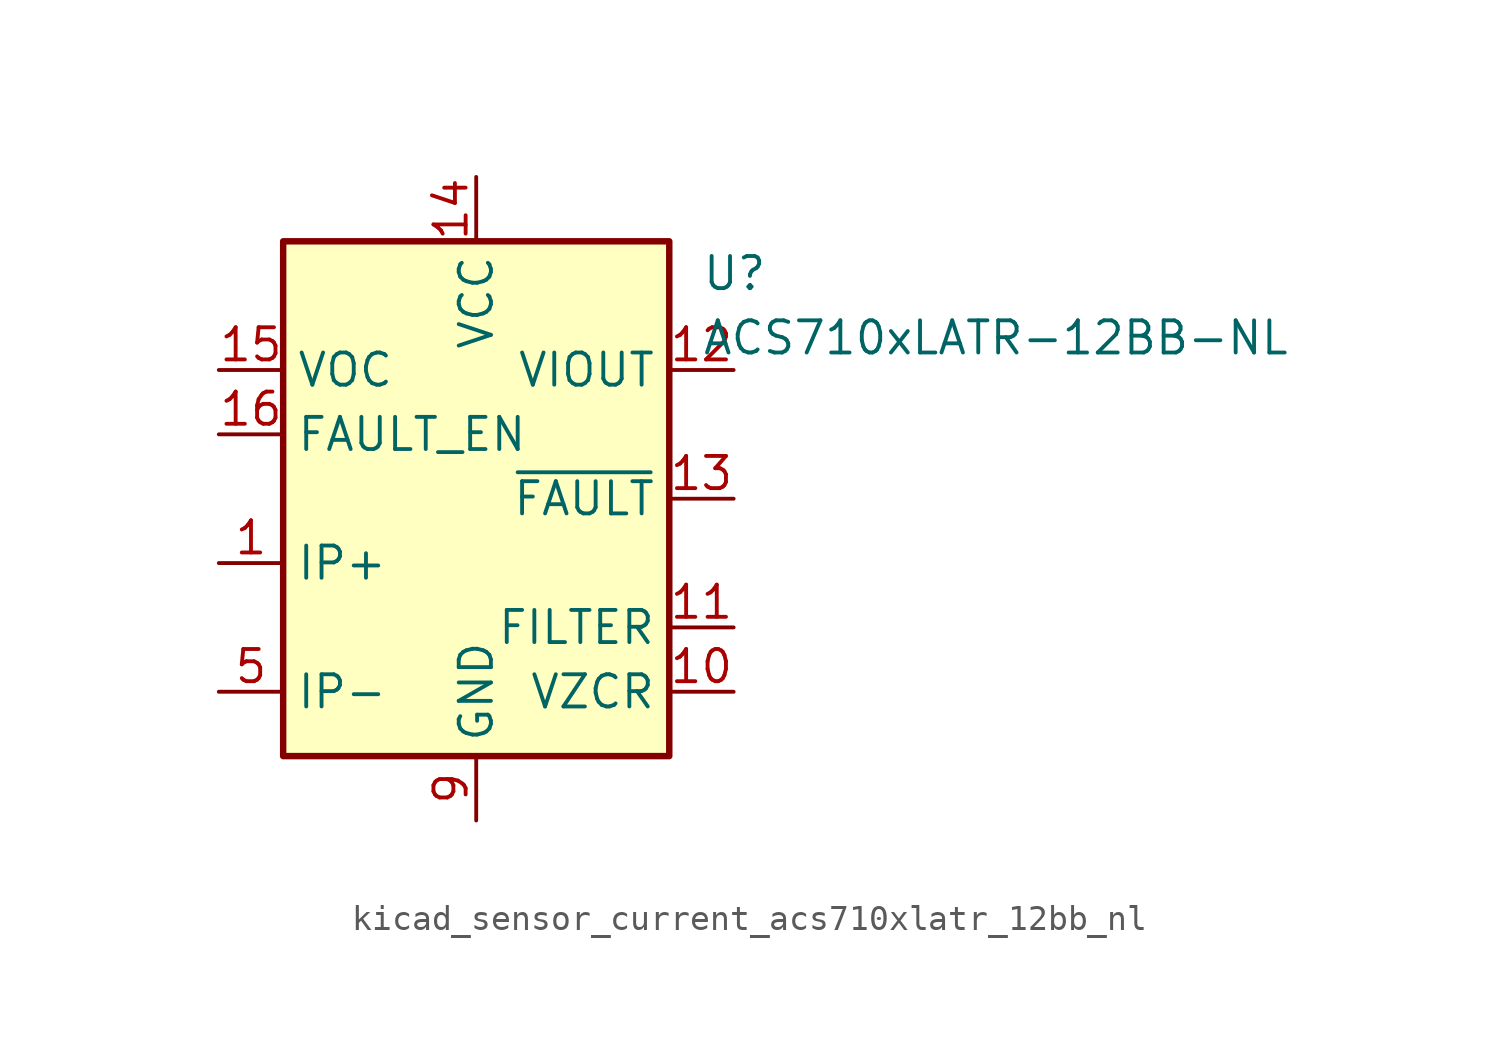
<source format=kicad_sym>
(kicad_symbol_lib
  (version 20220914)
  (generator kicad_symbol_editor)
  (symbol "kicad_sensor_current_acs710xlatr_12bb_nl"
    (property "Reference" "U"
      (at 8.89 8.89 0)
      (effects (font (size 1.27 1.27)) (justify left)))
    (property "Value" "ACS710xLATR-12BB-NL"
      (at 8.89 6.35 0)
      (effects (font (size 1.27 1.27)) (justify left)))
    (symbol "kicad_sensor_current_acs710xlatr_12bb_nl_0_1"
      (rectangle (start -7.62 10.16) (end 7.62 -10.16) (stroke (width 0.254) (type default)) (fill (type background))))
    (symbol "kicad_sensor_current_acs710xlatr_12bb_nl_1_1"
      (pin passive line (at -10.16 -2.54 0) (length 2.54) (name "IP+" (effects (font (size 1.27 1.27)))) (number "1" (effects (font (size 1.27 1.27)))))
      (pin passive line (at 10.16 -7.62 180) (length 2.54) (name "VZCR" (effects (font (size 1.27 1.27)))) (number "10" (effects (font (size 1.27 1.27)))))
      (pin passive line (at 10.16 -5.08 180) (length 2.54) (name "FILTER" (effects (font (size 1.27 1.27)))) (number "11" (effects (font (size 1.27 1.27)))))
      (pin output line (at 10.16 5.08 180) (length 2.54) (name "VIOUT" (effects (font (size 1.27 1.27)))) (number "12" (effects (font (size 1.27 1.27)))))
      (pin output line (at 10.16 0 180) (length 2.54) (name "~{FAULT}" (effects (font (size 1.27 1.27)))) (number "13" (effects (font (size 1.27 1.27)))))
      (pin power_in line (at 0 12.7 270) (length 2.54) (name "VCC" (effects (font (size 1.27 1.27)))) (number "14" (effects (font (size 1.27 1.27)))))
      (pin input line (at -10.16 5.08 0) (length 2.54) (name "VOC" (effects (font (size 1.27 1.27)))) (number "15" (effects (font (size 1.27 1.27)))))
      (pin input line (at -10.16 2.54 0) (length 2.54) (name "FAULT_EN" (effects (font (size 1.27 1.27)))) (number "16" (effects (font (size 1.27 1.27)))))
      (pin passive line (at -10.16 -2.54 0) (length 2.54) hide (name "IP+" (effects (font (size 1.27 1.27)))) (number "2" (effects (font (size 1.27 1.27)))))
      (pin passive line (at -10.16 -2.54 0) (length 2.54) hide (name "IP+" (effects (font (size 1.27 1.27)))) (number "3" (effects (font (size 1.27 1.27)))))
      (pin passive line (at -10.16 -2.54 0) (length 2.54) hide (name "IP+" (effects (font (size 1.27 1.27)))) (number "4" (effects (font (size 1.27 1.27)))))
      (pin passive line (at -10.16 -7.62 0) (length 2.54) (name "IP-" (effects (font (size 1.27 1.27)))) (number "5" (effects (font (size 1.27 1.27)))))
      (pin passive line (at -10.16 -7.62 0) (length 2.54) hide (name "IP-" (effects (font (size 1.27 1.27)))) (number "6" (effects (font (size 1.27 1.27)))))
      (pin passive line (at -10.16 -7.62 0) (length 2.54) hide (name "IP-" (effects (font (size 1.27 1.27)))) (number "7" (effects (font (size 1.27 1.27)))))
      (pin passive line (at -10.16 -7.62 0) (length 2.54) hide (name "IP-" (effects (font (size 1.27 1.27)))) (number "8" (effects (font (size 1.27 1.27)))))
      (pin power_in line (at 0 -12.7 90) (length 2.54) (name "GND" (effects (font (size 1.27 1.27)))) (number "9" (effects (font (size 1.27 1.27))))))))
</source>
